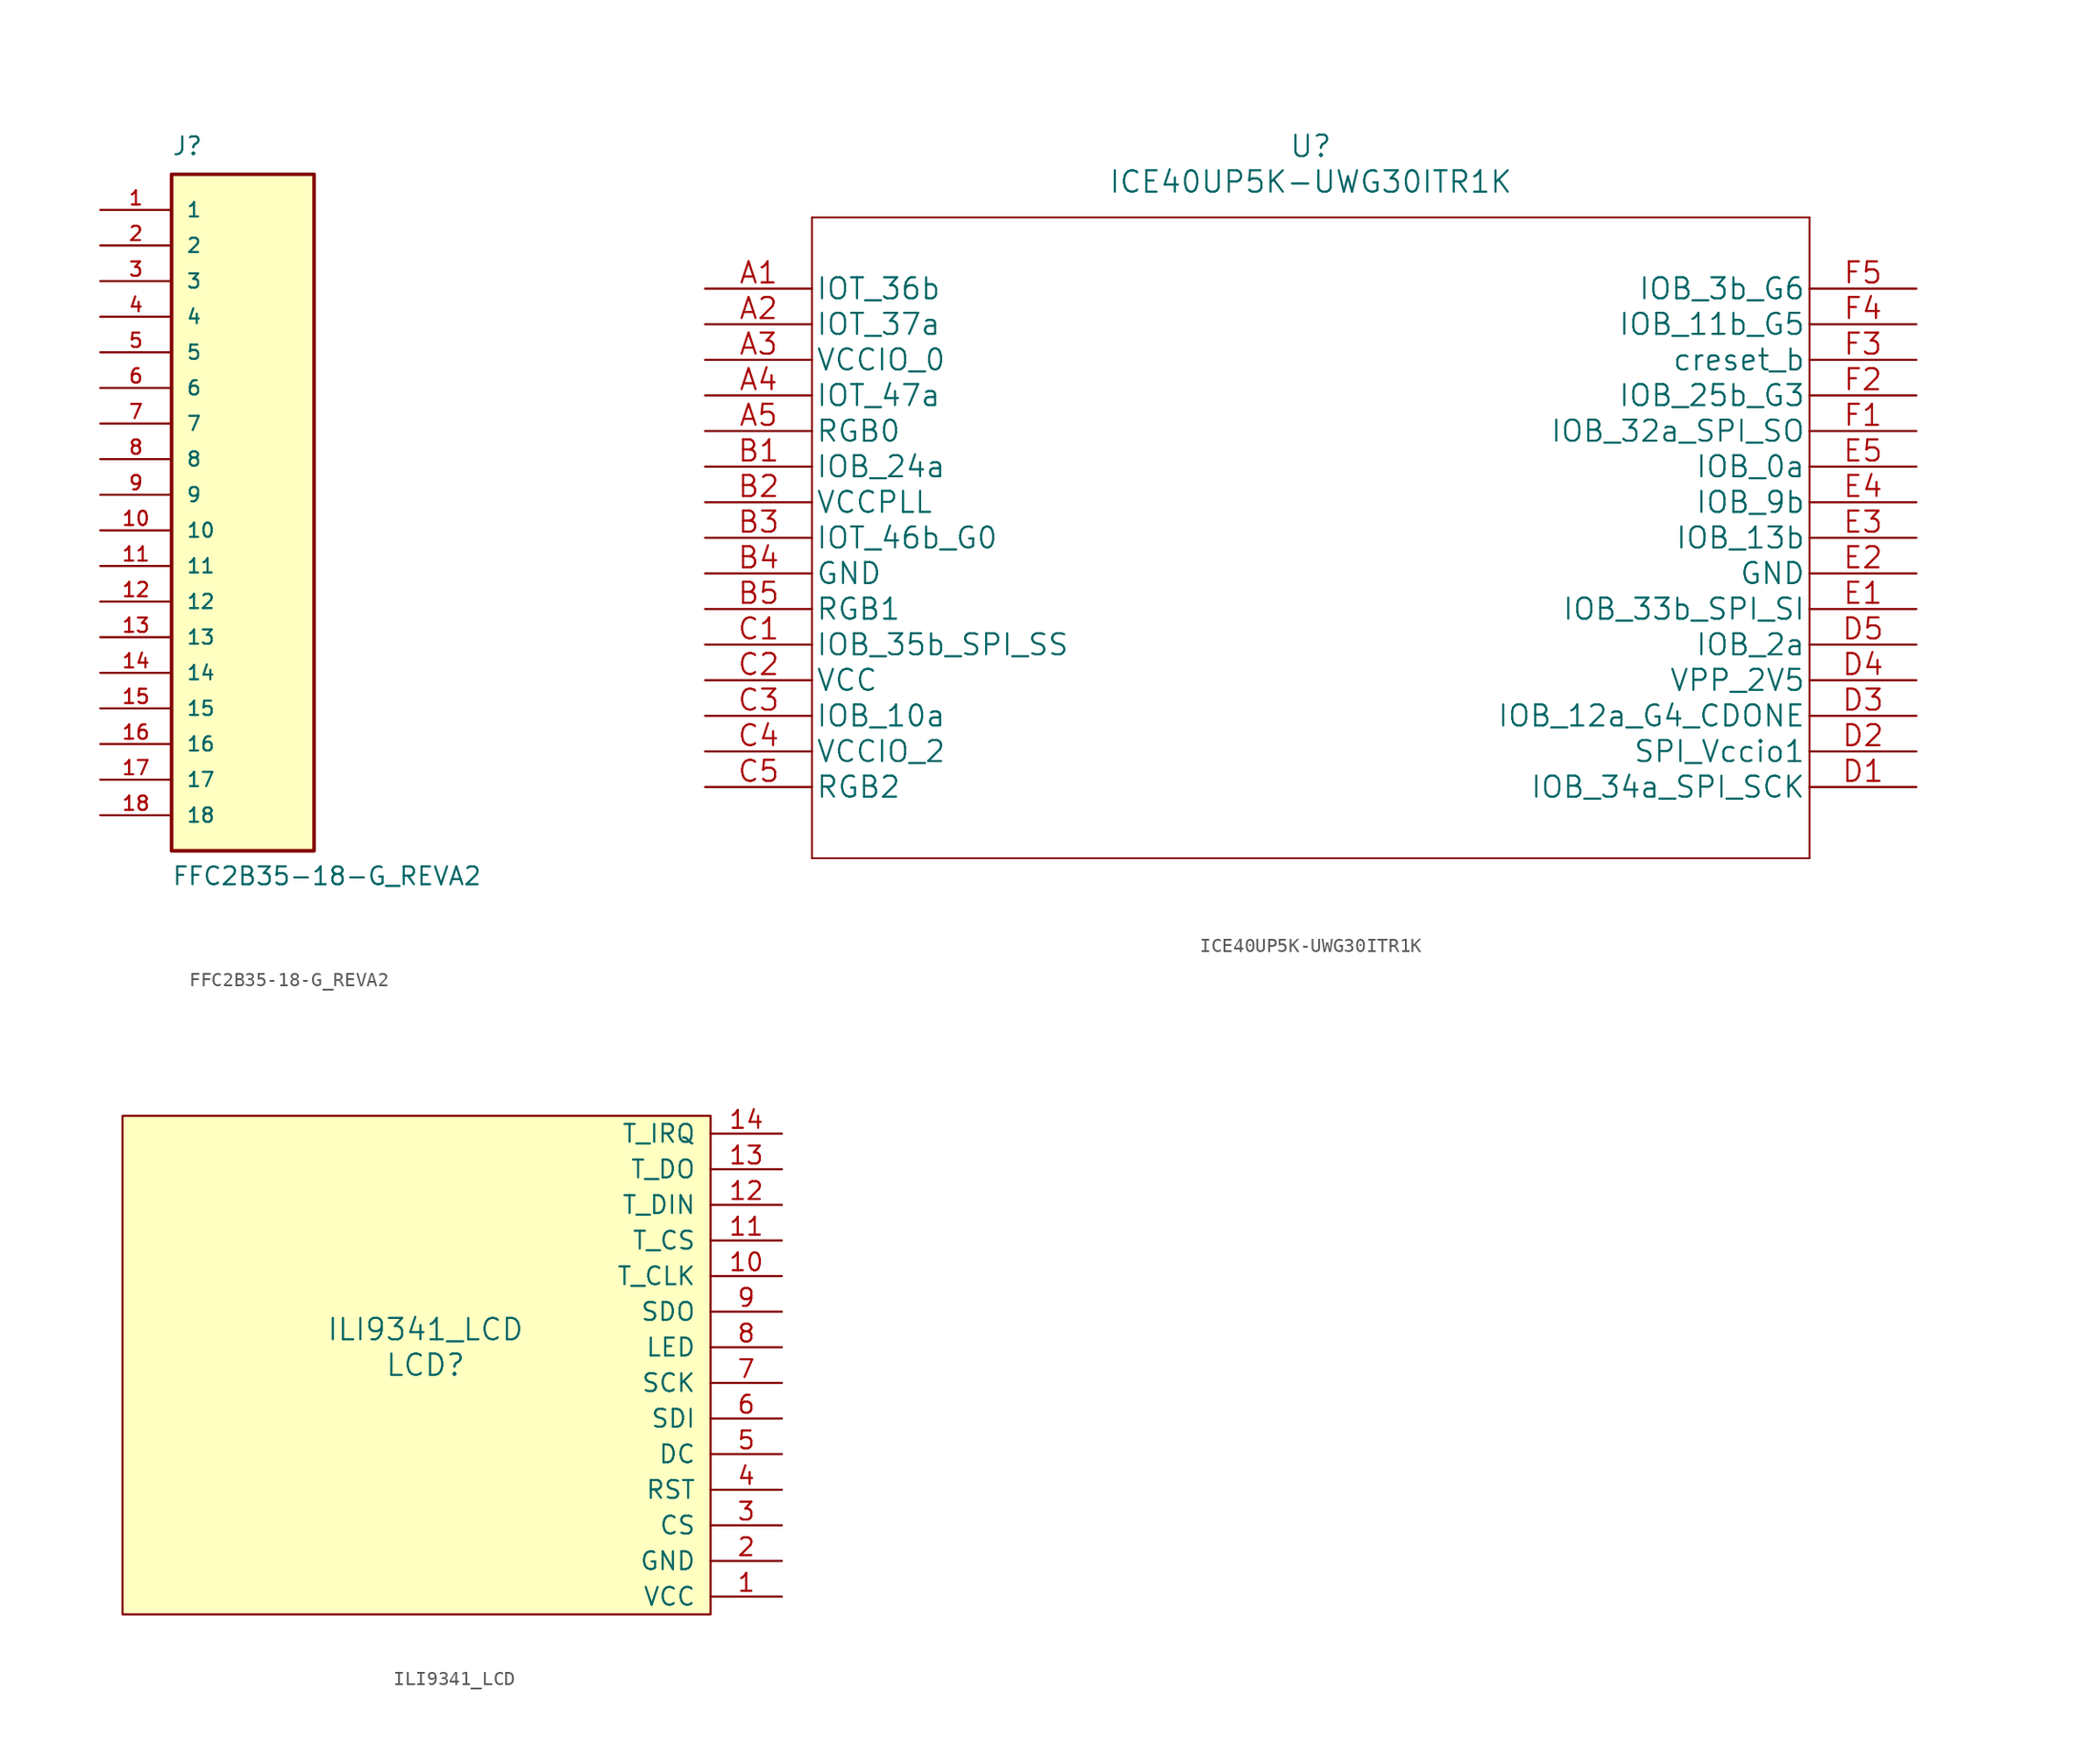
<source format=kicad_sym>
(kicad_symbol_lib
  (version 20211014)
  (generator kicad_symbol_editor)
  (symbol "FFC2B35-18-G_REVA2"
    (pin_names
      (offset 1.016))
    (property "Reference" "J"
      (at -5.08 26.67 0)
      (effects (font (size 1.27 1.27)) (justify left bottom)))
    (property "Value" "FFC2B35-18-G_REVA2"
      (at -5.08 -25.4 0)
      (effects (font (size 1.27 1.27)) (justify left bottom)))
    (property "ki_locked" ""
      (at 0 0 0)
      (effects (font (size 1.27 1.27))))
    (symbol "FFC2B35-18-G_REVA2_0_0"
      (rectangle (start -5.08 -22.86) (end 5.08 25.4) (stroke (width 0.254) (type default) (color 0 0 0 0)) (fill (type background)))
      (pin passive line (at -10.16 22.86 0) (length 5.08) (name "1" (effects (font (size 1.016 1.016)))) (number "1" (effects (font (size 1.016 1.016)))))
      (pin passive line (at -10.16 0 0) (length 5.08) (name "10" (effects (font (size 1.016 1.016)))) (number "10" (effects (font (size 1.016 1.016)))))
      (pin passive line (at -10.16 -2.54 0) (length 5.08) (name "11" (effects (font (size 1.016 1.016)))) (number "11" (effects (font (size 1.016 1.016)))))
      (pin passive line (at -10.16 -5.08 0) (length 5.08) (name "12" (effects (font (size 1.016 1.016)))) (number "12" (effects (font (size 1.016 1.016)))))
      (pin passive line (at -10.16 -7.62 0) (length 5.08) (name "13" (effects (font (size 1.016 1.016)))) (number "13" (effects (font (size 1.016 1.016)))))
      (pin passive line (at -10.16 -10.16 0) (length 5.08) (name "14" (effects (font (size 1.016 1.016)))) (number "14" (effects (font (size 1.016 1.016)))))
      (pin passive line (at -10.16 -12.7 0) (length 5.08) (name "15" (effects (font (size 1.016 1.016)))) (number "15" (effects (font (size 1.016 1.016)))))
      (pin passive line (at -10.16 -15.24 0) (length 5.08) (name "16" (effects (font (size 1.016 1.016)))) (number "16" (effects (font (size 1.016 1.016)))))
      (pin passive line (at -10.16 -17.78 0) (length 5.08) (name "17" (effects (font (size 1.016 1.016)))) (number "17" (effects (font (size 1.016 1.016)))))
      (pin passive line (at -10.16 -20.32 0) (length 5.08) (name "18" (effects (font (size 1.016 1.016)))) (number "18" (effects (font (size 1.016 1.016)))))
      (pin passive line (at -10.16 20.32 0) (length 5.08) (name "2" (effects (font (size 1.016 1.016)))) (number "2" (effects (font (size 1.016 1.016)))))
      (pin passive line (at -10.16 17.78 0) (length 5.08) (name "3" (effects (font (size 1.016 1.016)))) (number "3" (effects (font (size 1.016 1.016)))))
      (pin passive line (at -10.16 15.24 0) (length 5.08) (name "4" (effects (font (size 1.016 1.016)))) (number "4" (effects (font (size 1.016 1.016)))))
      (pin passive line (at -10.16 12.7 0) (length 5.08) (name "5" (effects (font (size 1.016 1.016)))) (number "5" (effects (font (size 1.016 1.016)))))
      (pin passive line (at -10.16 10.16 0) (length 5.08) (name "6" (effects (font (size 1.016 1.016)))) (number "6" (effects (font (size 1.016 1.016)))))
      (pin passive line (at -10.16 7.62 0) (length 5.08) (name "7" (effects (font (size 1.016 1.016)))) (number "7" (effects (font (size 1.016 1.016)))))
      (pin passive line (at -10.16 5.08 0) (length 5.08) (name "8" (effects (font (size 1.016 1.016)))) (number "8" (effects (font (size 1.016 1.016)))))
      (pin passive line (at -10.16 2.54 0) (length 5.08) (name "9" (effects (font (size 1.016 1.016)))) (number "9" (effects (font (size 1.016 1.016)))))))
  (symbol "ICE40UP5K-UWG30ITR1K"
    (pin_names
      (offset 0.254))
    (property "Reference" "U"
      (at 43.18 10.16 0)
      (effects (font (size 1.524 1.524))))
    (property "Value" "ICE40UP5K-UWG30ITR1K"
      (at 43.18 7.62 0)
      (effects (font (size 1.524 1.524))))
    (property "Datasheet" ""
      (at 0 0 0)
      (effects (font (size 1.524 1.524))))
    (property "ki_locked" ""
      (at 0 0 0)
      (effects (font (size 1.27 1.27))))
    (symbol "ICE40UP5K-UWG30ITR1K_1_1"
      (polyline (pts (xy 7.62 -40.64) (xy 78.74 -40.64)) (stroke (width 0.127) (type default) (color 0 0 0 0)) (fill (type none)))
      (polyline (pts (xy 7.62 5.08) (xy 7.62 -40.64)) (stroke (width 0.127) (type default) (color 0 0 0 0)) (fill (type none)))
      (polyline (pts (xy 78.74 -40.64) (xy 78.74 5.08)) (stroke (width 0.127) (type default) (color 0 0 0 0)) (fill (type none)))
      (polyline (pts (xy 78.74 5.08) (xy 7.62 5.08)) (stroke (width 0.127) (type default) (color 0 0 0 0)) (fill (type none)))
      (pin bidirectional line (at 0 0 0) (length 7.62) (name "IOT_36b" (effects (font (size 1.499 1.499)))) (number "A1" (effects (font (size 1.499 1.499)))))
      (pin bidirectional line (at 0 -2.54 0) (length 7.62) (name "IOT_37a" (effects (font (size 1.499 1.499)))) (number "A2" (effects (font (size 1.499 1.499)))))
      (pin power_in line (at 0 -5.08 0) (length 7.62) (name "VCCIO_0" (effects (font (size 1.499 1.499)))) (number "A3" (effects (font (size 1.499 1.499)))))
      (pin bidirectional line (at 0 -7.62 0) (length 7.62) (name "IOT_47a" (effects (font (size 1.499 1.499)))) (number "A4" (effects (font (size 1.499 1.499)))))
      (pin bidirectional line (at 0 -10.16 0) (length 7.62) (name "RGB0" (effects (font (size 1.499 1.499)))) (number "A5" (effects (font (size 1.499 1.499)))))
      (pin bidirectional line (at 0 -12.7 0) (length 7.62) (name "IOB_24a" (effects (font (size 1.499 1.499)))) (number "B1" (effects (font (size 1.499 1.499)))))
      (pin power_in line (at 0 -15.24 0) (length 7.62) (name "VCCPLL" (effects (font (size 1.499 1.499)))) (number "B2" (effects (font (size 1.499 1.499)))))
      (pin bidirectional line (at 0 -17.78 0) (length 7.62) (name "IOT_46b_G0" (effects (font (size 1.499 1.499)))) (number "B3" (effects (font (size 1.499 1.499)))))
      (pin power_in line (at 0 -20.32 0) (length 7.62) (name "GND" (effects (font (size 1.499 1.499)))) (number "B4" (effects (font (size 1.499 1.499)))))
      (pin bidirectional line (at 0 -22.86 0) (length 7.62) (name "RGB1" (effects (font (size 1.499 1.499)))) (number "B5" (effects (font (size 1.499 1.499)))))
      (pin bidirectional line (at 0 -25.4 0) (length 7.62) (name "IOB_35b_SPI_SS" (effects (font (size 1.499 1.499)))) (number "C1" (effects (font (size 1.499 1.499)))))
      (pin power_in line (at 0 -27.94 0) (length 7.62) (name "VCC" (effects (font (size 1.499 1.499)))) (number "C2" (effects (font (size 1.499 1.499)))))
      (pin bidirectional line (at 0 -30.48 0) (length 7.62) (name "IOB_10a" (effects (font (size 1.499 1.499)))) (number "C3" (effects (font (size 1.499 1.499)))))
      (pin power_in line (at 0 -33.02 0) (length 7.62) (name "VCCIO_2" (effects (font (size 1.499 1.499)))) (number "C4" (effects (font (size 1.499 1.499)))))
      (pin bidirectional line (at 0 -35.56 0) (length 7.62) (name "RGB2" (effects (font (size 1.499 1.499)))) (number "C5" (effects (font (size 1.499 1.499)))))
      (pin bidirectional line (at 86.36 -35.56 180) (length 7.62) (name "IOB_34a_SPI_SCK" (effects (font (size 1.499 1.499)))) (number "D1" (effects (font (size 1.499 1.499)))))
      (pin power_in line (at 86.36 -33.02 180) (length 7.62) (name "SPI_Vccio1" (effects (font (size 1.499 1.499)))) (number "D2" (effects (font (size 1.499 1.499)))))
      (pin bidirectional line (at 86.36 -30.48 180) (length 7.62) (name "IOB_12a_G4_CDONE" (effects (font (size 1.499 1.499)))) (number "D3" (effects (font (size 1.499 1.499)))))
      (pin power_in line (at 86.36 -27.94 180) (length 7.62) (name "VPP_2V5" (effects (font (size 1.499 1.499)))) (number "D4" (effects (font (size 1.499 1.499)))))
      (pin bidirectional line (at 86.36 -25.4 180) (length 7.62) (name "IOB_2a" (effects (font (size 1.499 1.499)))) (number "D5" (effects (font (size 1.499 1.499)))))
      (pin bidirectional line (at 86.36 -22.86 180) (length 7.62) (name "IOB_33b_SPI_SI" (effects (font (size 1.499 1.499)))) (number "E1" (effects (font (size 1.499 1.499)))))
      (pin power_in line (at 86.36 -20.32 180) (length 7.62) (name "GND" (effects (font (size 1.499 1.499)))) (number "E2" (effects (font (size 1.499 1.499)))))
      (pin bidirectional line (at 86.36 -17.78 180) (length 7.62) (name "IOB_13b" (effects (font (size 1.499 1.499)))) (number "E3" (effects (font (size 1.499 1.499)))))
      (pin bidirectional line (at 86.36 -15.24 180) (length 7.62) (name "IOB_9b" (effects (font (size 1.499 1.499)))) (number "E4" (effects (font (size 1.499 1.499)))))
      (pin bidirectional line (at 86.36 -12.7 180) (length 7.62) (name "IOB_0a" (effects (font (size 1.499 1.499)))) (number "E5" (effects (font (size 1.499 1.499)))))
      (pin bidirectional line (at 86.36 -10.16 180) (length 7.62) (name "IOB_32a_SPI_SO" (effects (font (size 1.499 1.499)))) (number "F1" (effects (font (size 1.499 1.499)))))
      (pin bidirectional line (at 86.36 -7.62 180) (length 7.62) (name "IOB_25b_G3" (effects (font (size 1.499 1.499)))) (number "F2" (effects (font (size 1.499 1.499)))))
      (pin input line (at 86.36 -5.08 180) (length 7.62) (name "creset_b" (effects (font (size 1.499 1.499)))) (number "F3" (effects (font (size 1.499 1.499)))))
      (pin bidirectional line (at 86.36 -2.54 180) (length 7.62) (name "IOB_11b_G5" (effects (font (size 1.499 1.499)))) (number "F4" (effects (font (size 1.499 1.499)))))
      (pin bidirectional line (at 86.36 0 180) (length 7.62) (name "IOB_3b_G6" (effects (font (size 1.499 1.499)))) (number "F5" (effects (font (size 1.499 1.499)))))))
  (symbol "ILI9341_LCD"
    (pin_names
      (offset 1.016))
    (property "Reference" "LCD"
      (at 1.27 0 0)
      (effects (font (size 1.524 1.524))))
    (property "Value" "ILI9341_LCD"
      (at 1.27 2.54 0)
      (effects (font (size 1.524 1.524))))
    (property "Footprint" ""
      (at 5.08 0 0)
      (effects (font (size 1.524 1.524))))
    (property "Datasheet" ""
      (at 5.08 0 0)
      (effects (font (size 1.524 1.524))))
    (symbol "ILI9341_LCD_0_1"
      (rectangle (start 21.59 -17.78) (end -20.32 17.78) (stroke (width 0) (type default) (color 0 0 0 0)) (fill (type background))))
    (symbol "ILI9341_LCD_1_1"
      (pin input line (at 26.67 -16.51 180) (length 5.08) (name "VCC" (effects (font (size 1.27 1.27)))) (number "1" (effects (font (size 1.27 1.27)))))
      (pin input line (at 26.67 6.35 180) (length 5.08) (name "T_CLK" (effects (font (size 1.27 1.27)))) (number "10" (effects (font (size 1.27 1.27)))))
      (pin input line (at 26.67 8.89 180) (length 5.08) (name "T_CS" (effects (font (size 1.27 1.27)))) (number "11" (effects (font (size 1.27 1.27)))))
      (pin input line (at 26.67 11.43 180) (length 5.08) (name "T_DIN" (effects (font (size 1.27 1.27)))) (number "12" (effects (font (size 1.27 1.27)))))
      (pin input line (at 26.67 13.97 180) (length 5.08) (name "T_DO" (effects (font (size 1.27 1.27)))) (number "13" (effects (font (size 1.27 1.27)))))
      (pin input line (at 26.67 16.51 180) (length 5.08) (name "T_IRQ" (effects (font (size 1.27 1.27)))) (number "14" (effects (font (size 1.27 1.27)))))
      (pin input line (at 26.67 -13.97 180) (length 5.08) (name "GND" (effects (font (size 1.27 1.27)))) (number "2" (effects (font (size 1.27 1.27)))))
      (pin input line (at 26.67 -11.43 180) (length 5.08) (name "CS" (effects (font (size 1.27 1.27)))) (number "3" (effects (font (size 1.27 1.27)))))
      (pin input line (at 26.67 -8.89 180) (length 5.08) (name "RST" (effects (font (size 1.27 1.27)))) (number "4" (effects (font (size 1.27 1.27)))))
      (pin input line (at 26.67 -6.35 180) (length 5.08) (name "DC" (effects (font (size 1.27 1.27)))) (number "5" (effects (font (size 1.27 1.27)))))
      (pin input line (at 26.67 -3.81 180) (length 5.08) (name "SDI" (effects (font (size 1.27 1.27)))) (number "6" (effects (font (size 1.27 1.27)))))
      (pin input line (at 26.67 -1.27 180) (length 5.08) (name "SCK" (effects (font (size 1.27 1.27)))) (number "7" (effects (font (size 1.27 1.27)))))
      (pin input line (at 26.67 1.27 180) (length 5.08) (name "LED" (effects (font (size 1.27 1.27)))) (number "8" (effects (font (size 1.27 1.27)))))
      (pin input line (at 26.67 3.81 180) (length 5.08) (name "SDO" (effects (font (size 1.27 1.27)))) (number "9" (effects (font (size 1.27 1.27))))))))
</source>
